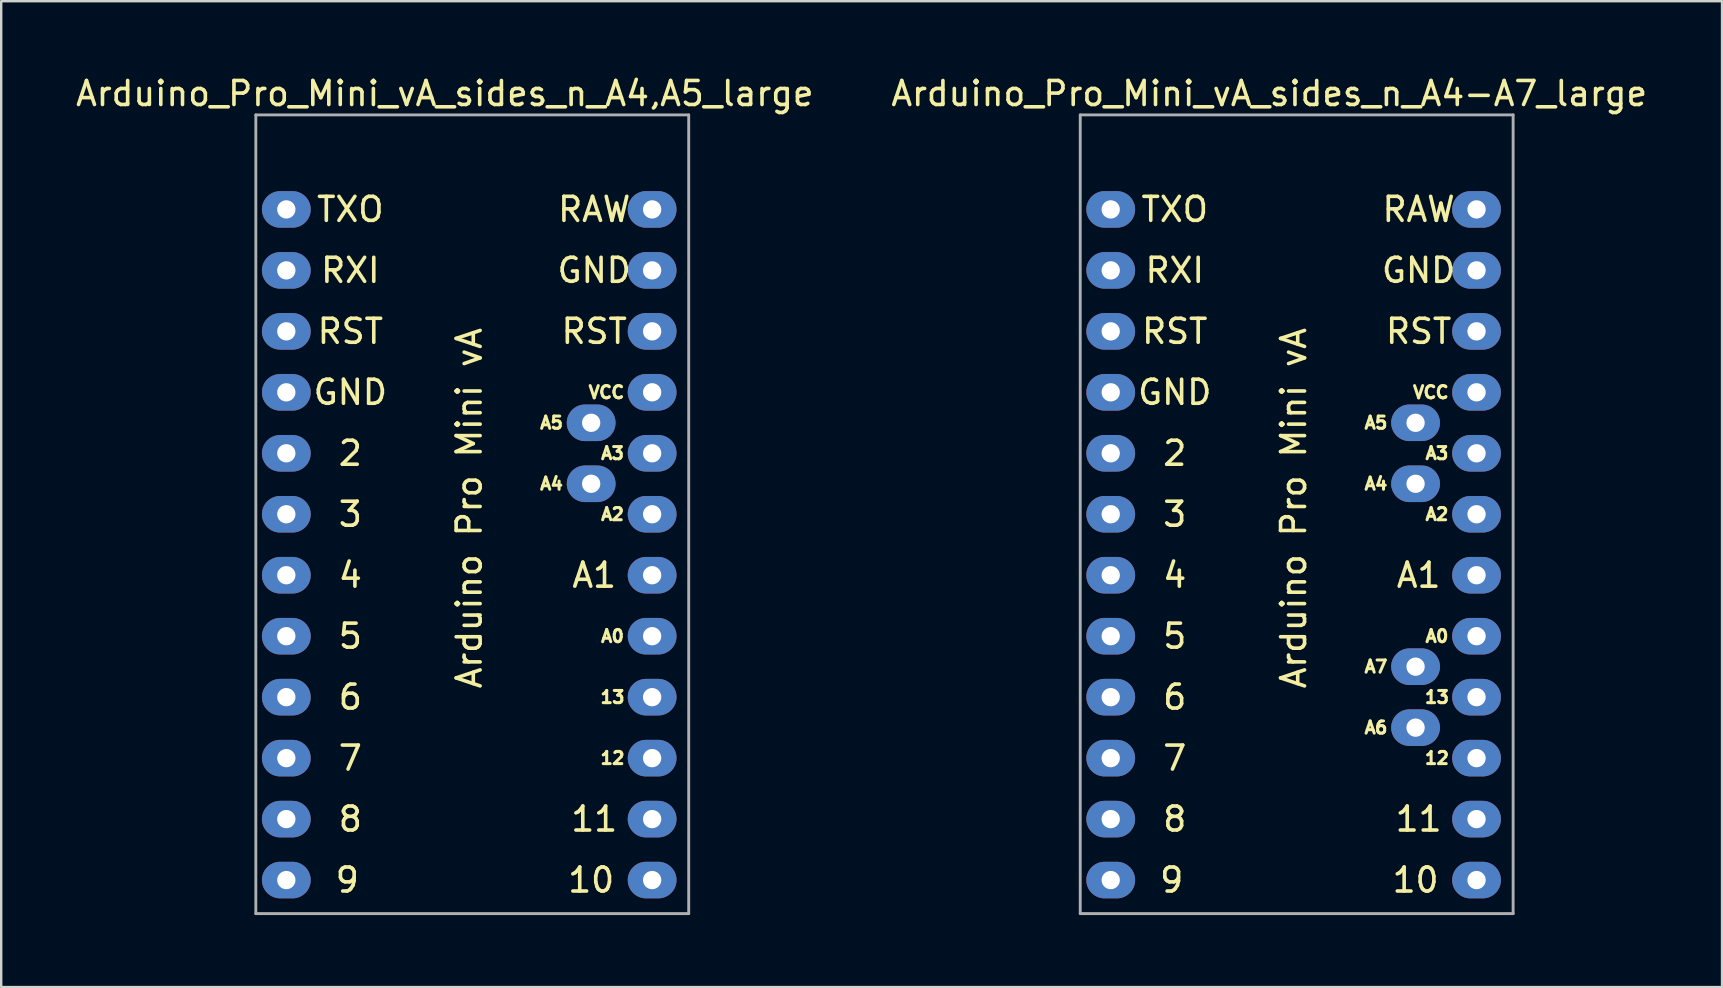
<source format=kicad_pcb>
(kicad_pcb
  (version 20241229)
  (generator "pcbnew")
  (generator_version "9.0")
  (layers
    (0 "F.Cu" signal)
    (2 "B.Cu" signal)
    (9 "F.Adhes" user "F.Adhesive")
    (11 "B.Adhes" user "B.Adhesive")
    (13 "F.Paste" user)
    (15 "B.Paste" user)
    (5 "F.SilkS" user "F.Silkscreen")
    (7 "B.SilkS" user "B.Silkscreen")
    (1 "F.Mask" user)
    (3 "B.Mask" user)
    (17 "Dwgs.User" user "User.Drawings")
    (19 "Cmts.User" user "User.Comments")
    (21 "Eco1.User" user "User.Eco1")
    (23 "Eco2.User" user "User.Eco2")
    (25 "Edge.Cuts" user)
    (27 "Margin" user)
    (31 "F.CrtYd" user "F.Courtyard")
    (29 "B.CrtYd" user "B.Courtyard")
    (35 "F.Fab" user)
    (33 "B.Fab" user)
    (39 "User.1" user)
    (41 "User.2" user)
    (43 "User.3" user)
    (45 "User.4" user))
  (footprint "Arduino_Pro_Mini_vA_sides_n_A4,A5_large"
    (layer "F.Cu")
    (at 8.878 5.674)
    (property "Reference" "Arduino_Pro_Mini_vA_sides_n_A4,A5_large" (at 6.604 -4.826 0) (layer "F.SilkS") (effects (font (size 1 1) (thickness 0.15))))
    (attr through_hole)
    (fp_line (start -1.27 -3.937) (end 16.764 -3.937) (stroke (width 0.12) (type solid)) (layer "F.Fab"))
    (fp_line (start -1.27 29.337) (end -1.27 -3.937) (stroke (width 0.12) (type solid)) (layer "F.Fab"))
    (fp_line (start 16.764 -3.937) (end 16.764 29.337) (stroke (width 0.12) (type solid)) (layer "F.Fab"))
    (fp_line (start 16.764 29.337) (end -1.27 29.337) (stroke (width 0.12) (type solid)) (layer "F.Fab"))
    (fp_text user "RST" (at 12.827 5.08 0) (layer "F.SilkS") (effects (font (size 1 1) (thickness 0.15))))
    (fp_text user "6" (at 2.667 20.32 0) (layer "F.SilkS") (effects (font (size 1 1) (thickness 0.15))))
    (fp_text user "10" (at 12.7 27.94 0) (layer "F.SilkS") (effects (font (size 1 1) (thickness 0.15))))
    (fp_text user "RST" (at 2.667 5.08 0) (layer "F.SilkS") (effects (font (size 1 1) (thickness 0.15))))
    (fp_text user "5" (at 2.667 17.78 0) (layer "F.SilkS") (effects (font (size 1 1) (thickness 0.15))))
    (fp_text user "2" (at 2.667 10.16 0) (layer "F.SilkS") (effects (font (size 1 1) (thickness 0.15))))
    (fp_text user "3" (at 2.667 12.7 0) (layer "F.SilkS") (effects (font (size 1 1) (thickness 0.15))))
    (fp_text user "VCC" (at 13.335 7.62 0) (layer "F.SilkS") (effects (font (size 0.508 0.508) (thickness 0.127))))
    (fp_text user "A1" (at 12.827 15.24 0) (layer "F.SilkS") (effects (font (size 1 1) (thickness 0.15))))
    (fp_text user "12" (at 13.589 22.86 0) (layer "F.SilkS") (effects (font (size 0.508 0.508) (thickness 0.127))))
    (fp_text user "8" (at 2.667 25.4 0) (layer "F.SilkS") (effects (font (size 1 1) (thickness 0.15))))
    (fp_text user "4" (at 2.667 15.24 0) (layer "F.SilkS") (effects (font (size 1 1) (thickness 0.15))))
    (fp_text user "TXO" (at 2.667 0 0) (layer "F.SilkS") (effects (font (size 1 1) (thickness 0.15))))
    (fp_text user "7" (at 2.667 22.86 0) (layer "F.SilkS") (effects (font (size 1 1) (thickness 0.15))))
    (fp_text user "11" (at 12.827 25.4 0) (layer "F.SilkS") (effects (font (size 1 1) (thickness 0.15))))
    (fp_text user "GND" (at 12.827 2.54 0) (layer "F.SilkS") (effects (font (size 1 1) (thickness 0.15))))
    (fp_text user "RXI" (at 2.667 2.54 0) (layer "F.SilkS") (effects (font (size 1 1) (thickness 0.15))))
    (fp_text user "RAW" (at 12.827 0 0) (layer "F.SilkS") (effects (font (size 1 1) (thickness 0.15))))
    (fp_text user "A2" (at 13.589 12.7 0) (layer "F.SilkS") (effects (font (size 0.508 0.508) (thickness 0.127))))
    (fp_text user "A0" (at 13.589 17.78 0) (layer "F.SilkS") (effects (font (size 0.508 0.508) (thickness 0.127))))
    (fp_text user "9" (at 2.54 27.94 0) (layer "F.SilkS") (effects (font (size 1 1) (thickness 0.15))))
    (fp_text user "A4" (at 11.049 11.43 0) (layer "F.SilkS") (effects (font (size 0.508 0.508) (thickness 0.127))))
    (fp_text user "A5" (at 11.049 8.89 0) (layer "F.SilkS") (effects (font (size 0.508 0.508) (thickness 0.127))))
    (fp_text user "13" (at 13.589 20.32 0) (layer "F.SilkS") (effects (font (size 0.508 0.508) (thickness 0.127))))
    (fp_text user "GND" (at 2.667 7.62 0) (layer "F.SilkS") (effects (font (size 1 1) (thickness 0.15))))
    (fp_text user "Arduino Pro Mini vA" (at 7.62 12.446 270) (layer "F.SilkS") (effects (font (size 1 1) (thickness 0.15))))
    (fp_text user "A3" (at 13.589 10.16 0) (layer "F.SilkS") (effects (font (size 0.508 0.508) (thickness 0.127))))
    (pad "1" thru_hole oval (at 0 0) (size 2.032 1.524) (drill 0.762) (layers "*.Cu" "*.Mask"))
    (pad "2" thru_hole oval (at 0 2.54) (size 2.032 1.524) (drill 0.762) (layers "*.Cu" "*.Mask"))
    (pad "3" thru_hole oval (at 0 5.08) (size 2.032 1.524) (drill 0.762) (layers "*.Cu" "*.Mask"))
    (pad "4" thru_hole oval (at 0 7.62) (size 2.032 1.524) (drill 0.762) (layers "*.Cu" "*.Mask"))
    (pad "5" thru_hole oval (at 0 10.16) (size 2.032 1.524) (drill 0.762) (layers "*.Cu" "*.Mask"))
    (pad "6" thru_hole oval (at 0 12.7) (size 2.032 1.524) (drill 0.762) (layers "*.Cu" "*.Mask"))
    (pad "7" thru_hole oval (at 0 15.24) (size 2.032 1.524) (drill 0.762) (layers "*.Cu" "*.Mask"))
    (pad "8" thru_hole oval (at 0 17.78) (size 2.032 1.524) (drill 0.762) (layers "*.Cu" "*.Mask"))
    (pad "9" thru_hole oval (at 0 20.32) (size 2.032 1.524) (drill 0.762) (layers "*.Cu" "*.Mask"))
    (pad "10" thru_hole oval (at 0 22.86) (size 2.032 1.524) (drill 0.762) (layers "*.Cu" "*.Mask"))
    (pad "11" thru_hole oval (at 0 25.4) (size 2.032 1.524) (drill 0.762) (layers "*.Cu" "*.Mask"))
    (pad "12" thru_hole oval (at 0 27.94) (size 2.032 1.524) (drill 0.762) (layers "*.Cu" "*.Mask"))
    (pad "13" thru_hole oval (at 15.24 0) (size 2.032 1.524) (drill 0.762) (layers "*.Cu" "*.Mask"))
    (pad "14" thru_hole oval (at 15.24 2.54) (size 2.032 1.524) (drill 0.762) (layers "*.Cu" "*.Mask"))
    (pad "15" thru_hole oval (at 15.24 5.08) (size 2.032 1.524) (drill 0.762) (layers "*.Cu" "*.Mask"))
    (pad "16" thru_hole oval (at 15.24 7.62) (size 2.032 1.524) (drill 0.762) (layers "*.Cu" "*.Mask"))
    (pad "17" thru_hole oval (at 15.24 10.16) (size 2.032 1.524) (drill 0.762) (layers "*.Cu" "*.Mask"))
    (pad "18" thru_hole oval (at 15.24 12.7) (size 2.032 1.524) (drill 0.762) (layers "*.Cu" "*.Mask"))
    (pad "19" thru_hole oval (at 15.24 15.24) (size 2.032 1.524) (drill 0.762) (layers "*.Cu" "*.Mask"))
    (pad "20" thru_hole oval (at 15.24 17.78) (size 2.032 1.524) (drill 0.762) (layers "*.Cu" "*.Mask"))
    (pad "21" thru_hole oval (at 15.24 20.32) (size 2.032 1.524) (drill 0.762) (layers "*.Cu" "*.Mask"))
    (pad "22" thru_hole oval (at 15.24 22.86) (size 2.032 1.524) (drill 0.762) (layers "*.Cu" "*.Mask"))
    (pad "23" thru_hole oval (at 15.24 25.4) (size 2.032 1.524) (drill 0.762) (layers "*.Cu" "*.Mask"))
    (pad "24" thru_hole oval (at 15.24 27.94) (size 2.032 1.524) (drill 0.762) (layers "*.Cu" "*.Mask"))
    (pad "25" thru_hole oval (at 12.7 11.43) (size 2.032 1.524) (drill 0.762) (layers "*.Cu" "*.Mask"))
    (pad "26" thru_hole oval (at 12.7 8.89) (size 2.032 1.524) (drill 0.762) (layers "*.Cu" "*.Mask")))
  (footprint "Arduino_Pro_Mini_vA_sides_n_A4-A7_large"
    (layer "F.Cu")
    (at 43.223 5.674)
    (property "Reference" "Arduino_Pro_Mini_vA_sides_n_A4-A7_large" (at 6.604 -4.826 0) (layer "F.SilkS") (effects (font (size 1 1) (thickness 0.15))))
    (attr through_hole)
    (fp_line (start -1.27 -3.937) (end 16.764 -3.937) (stroke (width 0.12) (type solid)) (layer "F.Fab"))
    (fp_line (start -1.27 29.337) (end -1.27 -3.937) (stroke (width 0.12) (type solid)) (layer "F.Fab"))
    (fp_line (start 16.764 -3.937) (end 16.764 29.337) (stroke (width 0.12) (type solid)) (layer "F.Fab"))
    (fp_line (start 16.764 29.337) (end -1.27 29.337) (stroke (width 0.12) (type solid)) (layer "F.Fab"))
    (fp_text user "RST" (at 12.827 5.08 0) (layer "F.SilkS") (effects (font (size 1 1) (thickness 0.15))))
    (fp_text user "RAW" (at 12.827 0 0) (layer "F.SilkS") (effects (font (size 1 1) (thickness 0.15))))
    (fp_text user "Arduino Pro Mini vA" (at 7.62 12.446 270) (layer "F.SilkS") (effects (font (size 1 1) (thickness 0.15))))
    (fp_text user "7" (at 2.667 22.86 0) (layer "F.SilkS") (effects (font (size 1 1) (thickness 0.15))))
    (fp_text user "8" (at 2.667 25.4 0) (layer "F.SilkS") (effects (font (size 1 1) (thickness 0.15))))
    (fp_text user "A2" (at 13.589 12.7 0) (layer "F.SilkS") (effects (font (size 0.508 0.508) (thickness 0.127))))
    (fp_text user "6" (at 2.667 20.32 0) (layer "F.SilkS") (effects (font (size 1 1) (thickness 0.15))))
    (fp_text user "4" (at 2.667 15.24 0) (layer "F.SilkS") (effects (font (size 1 1) (thickness 0.15))))
    (fp_text user "12" (at 13.589 22.86 0) (layer "F.SilkS") (effects (font (size 0.508 0.508) (thickness 0.127))))
    (fp_text user "2" (at 2.667 10.16 0) (layer "F.SilkS") (effects (font (size 1 1) (thickness 0.15))))
    (fp_text user "GND" (at 2.667 7.62 0) (layer "F.SilkS") (effects (font (size 1 1) (thickness 0.15))))
    (fp_text user "5" (at 2.667 17.78 0) (layer "F.SilkS") (effects (font (size 1 1) (thickness 0.15))))
    (fp_text user "A6" (at 11.049 21.59 0) (layer "F.SilkS") (effects (font (size 0.508 0.508) (thickness 0.127))))
    (fp_text user "A5" (at 11.049 8.89 0) (layer "F.SilkS") (effects (font (size 0.508 0.508) (thickness 0.127))))
    (fp_text user "10" (at 12.7 27.94 0) (layer "F.SilkS") (effects (font (size 1 1) (thickness 0.15))))
    (fp_text user "3" (at 2.667 12.7 0) (layer "F.SilkS") (effects (font (size 1 1) (thickness 0.15))))
    (fp_text user "A4" (at 11.049 11.43 0) (layer "F.SilkS") (effects (font (size 0.508 0.508) (thickness 0.127))))
    (fp_text user "11" (at 12.827 25.4 0) (layer "F.SilkS") (effects (font (size 1 1) (thickness 0.15))))
    (fp_text user "VCC" (at 13.335 7.62 0) (layer "F.SilkS") (effects (font (size 0.508 0.508) (thickness 0.127))))
    (fp_text user "A3" (at 13.589 10.16 0) (layer "F.SilkS") (effects (font (size 0.508 0.508) (thickness 0.127))))
    (fp_text user "13" (at 13.589 20.32 0) (layer "F.SilkS") (effects (font (size 0.508 0.508) (thickness 0.127))))
    (fp_text user "A7" (at 11.049 19.05 0) (layer "F.SilkS") (effects (font (size 0.508 0.508) (thickness 0.127))))
    (fp_text user "RXI" (at 2.667 2.54 0) (layer "F.SilkS") (effects (font (size 1 1) (thickness 0.15))))
    (fp_text user "A0" (at 13.589 17.78 0) (layer "F.SilkS") (effects (font (size 0.508 0.508) (thickness 0.127))))
    (fp_text user "TXO" (at 2.667 0 0) (layer "F.SilkS") (effects (font (size 1 1) (thickness 0.15))))
    (fp_text user "GND" (at 12.827 2.54 0) (layer "F.SilkS") (effects (font (size 1 1) (thickness 0.15))))
    (fp_text user "RST" (at 2.667 5.08 0) (layer "F.SilkS") (effects (font (size 1 1) (thickness 0.15))))
    (fp_text user "9" (at 2.54 27.94 0) (layer "F.SilkS") (effects (font (size 1 1) (thickness 0.15))))
    (fp_text user "A1" (at 12.827 15.24 0) (layer "F.SilkS") (effects (font (size 1 1) (thickness 0.15))))
    (pad "1" thru_hole oval (at 0 0) (size 2.032 1.524) (drill 0.762) (layers "*.Cu" "*.Mask"))
    (pad "2" thru_hole oval (at 0 2.54) (size 2.032 1.524) (drill 0.762) (layers "*.Cu" "*.Mask"))
    (pad "3" thru_hole oval (at 0 5.08) (size 2.032 1.524) (drill 0.762) (layers "*.Cu" "*.Mask"))
    (pad "4" thru_hole oval (at 0 7.62) (size 2.032 1.524) (drill 0.762) (layers "*.Cu" "*.Mask"))
    (pad "5" thru_hole oval (at 0 10.16) (size 2.032 1.524) (drill 0.762) (layers "*.Cu" "*.Mask"))
    (pad "6" thru_hole oval (at 0 12.7) (size 2.032 1.524) (drill 0.762) (layers "*.Cu" "*.Mask"))
    (pad "7" thru_hole oval (at 0 15.24) (size 2.032 1.524) (drill 0.762) (layers "*.Cu" "*.Mask"))
    (pad "8" thru_hole oval (at 0 17.78) (size 2.032 1.524) (drill 0.762) (layers "*.Cu" "*.Mask"))
    (pad "9" thru_hole oval (at 0 20.32) (size 2.032 1.524) (drill 0.762) (layers "*.Cu" "*.Mask"))
    (pad "10" thru_hole oval (at 0 22.86) (size 2.032 1.524) (drill 0.762) (layers "*.Cu" "*.Mask"))
    (pad "11" thru_hole oval (at 0 25.4) (size 2.032 1.524) (drill 0.762) (layers "*.Cu" "*.Mask"))
    (pad "12" thru_hole oval (at 0 27.94) (size 2.032 1.524) (drill 0.762) (layers "*.Cu" "*.Mask"))
    (pad "13" thru_hole oval (at 15.24 0) (size 2.032 1.524) (drill 0.762) (layers "*.Cu" "*.Mask"))
    (pad "14" thru_hole oval (at 15.24 2.54) (size 2.032 1.524) (drill 0.762) (layers "*.Cu" "*.Mask"))
    (pad "15" thru_hole oval (at 15.24 5.08) (size 2.032 1.524) (drill 0.762) (layers "*.Cu" "*.Mask"))
    (pad "16" thru_hole oval (at 15.24 7.62) (size 2.032 1.524) (drill 0.762) (layers "*.Cu" "*.Mask"))
    (pad "17" thru_hole oval (at 15.24 10.16) (size 2.032 1.524) (drill 0.762) (layers "*.Cu" "*.Mask"))
    (pad "18" thru_hole oval (at 15.24 12.7) (size 2.032 1.524) (drill 0.762) (layers "*.Cu" "*.Mask"))
    (pad "19" thru_hole oval (at 15.24 15.24) (size 2.032 1.524) (drill 0.762) (layers "*.Cu" "*.Mask"))
    (pad "20" thru_hole oval (at 15.24 17.78) (size 2.032 1.524) (drill 0.762) (layers "*.Cu" "*.Mask"))
    (pad "21" thru_hole oval (at 15.24 20.32) (size 2.032 1.524) (drill 0.762) (layers "*.Cu" "*.Mask"))
    (pad "22" thru_hole oval (at 15.24 22.86) (size 2.032 1.524) (drill 0.762) (layers "*.Cu" "*.Mask"))
    (pad "23" thru_hole oval (at 15.24 25.4) (size 2.032 1.524) (drill 0.762) (layers "*.Cu" "*.Mask"))
    (pad "24" thru_hole oval (at 15.24 27.94) (size 2.032 1.524) (drill 0.762) (layers "*.Cu" "*.Mask"))
    (pad "25" thru_hole oval (at 12.7 11.43) (size 2.032 1.524) (drill 0.762) (layers "*.Cu" "*.Mask"))
    (pad "26" thru_hole oval (at 12.7 8.89) (size 2.032 1.524) (drill 0.762) (layers "*.Cu" "*.Mask"))
    (pad "27" thru_hole oval (at 12.7 21.59) (size 2.032 1.524) (drill 0.762) (layers "*.Cu" "*.Mask"))
    (pad "28" thru_hole oval (at 12.7 19.05) (size 2.032 1.524) (drill 0.762) (layers "*.Cu" "*.Mask")))
  (gr_rect
    (start -3 -3)
    (end 68.69 38.071)
    (stroke (width 0.1) (type default))
    (fill no)
    (layer "Edge.Cuts")))
</source>
